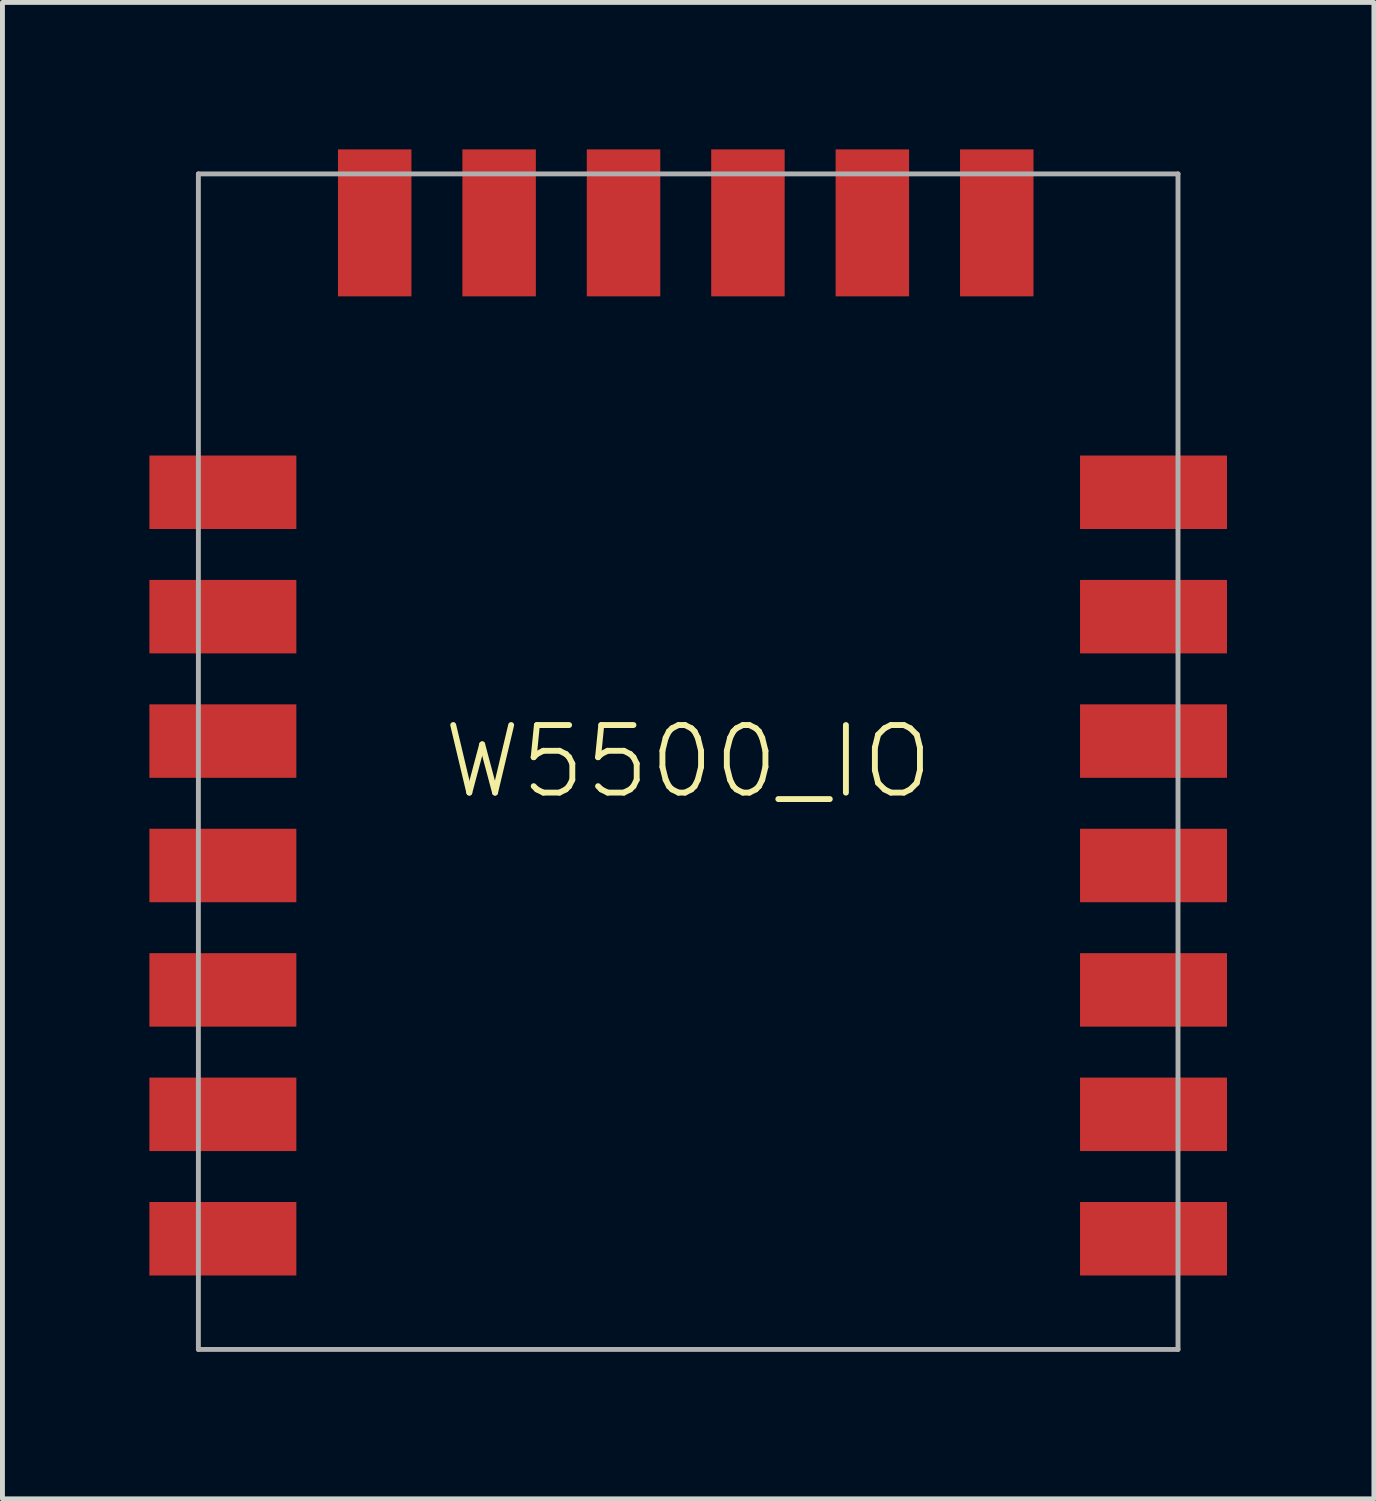
<source format=kicad_pcb>
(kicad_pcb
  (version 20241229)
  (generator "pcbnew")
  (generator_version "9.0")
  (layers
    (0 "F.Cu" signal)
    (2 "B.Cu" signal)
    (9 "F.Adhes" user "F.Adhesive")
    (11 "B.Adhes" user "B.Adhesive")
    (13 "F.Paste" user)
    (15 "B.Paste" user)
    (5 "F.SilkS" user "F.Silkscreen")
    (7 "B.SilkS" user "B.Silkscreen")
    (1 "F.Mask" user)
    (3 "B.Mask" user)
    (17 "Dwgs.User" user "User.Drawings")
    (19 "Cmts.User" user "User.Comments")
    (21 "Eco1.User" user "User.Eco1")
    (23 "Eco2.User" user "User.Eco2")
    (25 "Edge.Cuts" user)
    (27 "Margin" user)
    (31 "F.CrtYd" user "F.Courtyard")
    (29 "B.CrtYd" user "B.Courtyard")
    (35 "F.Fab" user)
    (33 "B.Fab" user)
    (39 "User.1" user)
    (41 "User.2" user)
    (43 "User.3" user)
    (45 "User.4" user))
  (footprint "W5500_IO"
    (layer "F.Cu")
    (at 11 12.5)
    (property "Reference" "W5500_IO" (at 0 0 0) (unlocked yes) (layer "F.SilkS") (effects (font (size 1.38 1.38) (thickness 0.12))))
    (fp_poly (pts (xy -8 -4.75) (xy -11 -4.75) (xy -11 -6.25) (xy -8 -6.25)) (stroke (width 0) (type default)) (fill yes) (layer "F.Paste"))
    (fp_poly (pts (xy -8 -2.21) (xy -11 -2.21) (xy -11 -3.71) (xy -8 -3.71)) (stroke (width 0) (type default)) (fill yes) (layer "F.Paste"))
    (fp_poly (pts (xy -8 0.33) (xy -11 0.33) (xy -11 -1.17) (xy -8 -1.17)) (stroke (width 0) (type default)) (fill yes) (layer "F.Paste"))
    (fp_poly (pts (xy -8 2.87) (xy -11 2.87) (xy -11 1.37) (xy -8 1.37)) (stroke (width 0) (type default)) (fill yes) (layer "F.Paste"))
    (fp_poly (pts (xy -8 5.41) (xy -11 5.41) (xy -11 3.91) (xy -8 3.91)) (stroke (width 0) (type default)) (fill yes) (layer "F.Paste"))
    (fp_poly (pts (xy -8 7.95) (xy -11 7.95) (xy -11 6.45) (xy -8 6.45)) (stroke (width 0) (type default)) (fill yes) (layer "F.Paste"))
    (fp_poly (pts (xy -8 10.49) (xy -11 10.49) (xy -11 8.99) (xy -8 8.99)) (stroke (width 0) (type default)) (fill yes) (layer "F.Paste"))
    (fp_poly (pts (xy -5.65 -9.5) (xy -7.15 -9.5) (xy -7.15 -12.5) (xy -5.65 -12.5)) (stroke (width 0) (type default)) (fill yes) (layer "F.Paste"))
    (fp_poly (pts (xy -3.11 -9.5) (xy -4.61 -9.5) (xy -4.61 -12.5) (xy -3.11 -12.5)) (stroke (width 0) (type default)) (fill yes) (layer "F.Paste"))
    (fp_poly (pts (xy -0.57 -9.5) (xy -2.07 -9.5) (xy -2.07 -12.5) (xy -0.57 -12.5)) (stroke (width 0) (type default)) (fill yes) (layer "F.Paste"))
    (fp_poly (pts (xy 1.97 -9.5) (xy 0.47 -9.5) (xy 0.47 -12.5) (xy 1.97 -12.5)) (stroke (width 0) (type default)) (fill yes) (layer "F.Paste"))
    (fp_poly (pts (xy 4.51 -9.5) (xy 3.01 -9.5) (xy 3.01 -12.5) (xy 4.51 -12.5)) (stroke (width 0) (type default)) (fill yes) (layer "F.Paste"))
    (fp_poly (pts (xy 7.05 -9.5) (xy 5.55 -9.5) (xy 5.55 -12.5) (xy 7.05 -12.5)) (stroke (width 0) (type default)) (fill yes) (layer "F.Paste"))
    (fp_poly (pts (xy 11 -4.75) (xy 8 -4.75) (xy 8 -6.25) (xy 11 -6.25)) (stroke (width 0) (type default)) (fill yes) (layer "F.Paste"))
    (fp_poly (pts (xy 11 -2.21) (xy 8 -2.21) (xy 8 -3.71) (xy 11 -3.71)) (stroke (width 0) (type default)) (fill yes) (layer "F.Paste"))
    (fp_poly (pts (xy 11 0.33) (xy 8 0.33) (xy 8 -1.17) (xy 11 -1.17)) (stroke (width 0) (type default)) (fill yes) (layer "F.Paste"))
    (fp_poly (pts (xy 11 2.87) (xy 8 2.87) (xy 8 1.37) (xy 11 1.37)) (stroke (width 0) (type default)) (fill yes) (layer "F.Paste"))
    (fp_poly (pts (xy 11 5.41) (xy 8 5.41) (xy 8 3.91) (xy 11 3.91)) (stroke (width 0) (type default)) (fill yes) (layer "F.Paste"))
    (fp_poly (pts (xy 11 7.95) (xy 8 7.95) (xy 8 6.45) (xy 11 6.45)) (stroke (width 0) (type default)) (fill yes) (layer "F.Paste"))
    (fp_poly (pts (xy 11 10.49) (xy 8 10.49) (xy 8 8.99) (xy 11 8.99)) (stroke (width 0) (type default)) (fill yes) (layer "F.Paste"))
    (fp_line (start -10 -12) (end -10 12) (stroke (width 0.1) (type solid)) (layer "F.Fab"))
    (fp_line (start -10 12) (end 10 12) (stroke (width 0.1) (type solid)) (layer "F.Fab"))
    (fp_line (start 10 -12) (end -10 -12) (stroke (width 0.1) (type solid)) (layer "F.Fab"))
    (fp_line (start 10 12) (end 10 -12) (stroke (width 0.1) (type solid)) (layer "F.Fab"))
    (pad "1" smd rect (at 6.3 -11) (size 1.5 3) (layers "F.Cu" "F.Mask"))
    (pad "2" smd rect (at 3.76 -11) (size 1.5 3) (layers "F.Cu" "F.Mask"))
    (pad "3" smd rect (at 1.22 -11) (size 1.5 3) (layers "F.Cu" "F.Mask"))
    (pad "4" smd rect (at -1.32 -11) (size 1.5 3) (layers "F.Cu" "F.Mask"))
    (pad "5" smd rect (at -3.86 -11) (size 1.5 3) (layers "F.Cu" "F.Mask"))
    (pad "6" smd rect (at -6.4 -11) (size 1.5 3) (layers "F.Cu" "F.Mask"))
    (pad "7" smd rect (at -9.5 -5.5) (size 3 1.5) (layers "F.Cu" "F.Mask"))
    (pad "8" smd rect (at -9.5 -2.96) (size 3 1.5) (layers "F.Cu" "F.Mask"))
    (pad "9" smd rect (at -9.5 -0.42) (size 3 1.5) (layers "F.Cu" "F.Mask"))
    (pad "10" smd rect (at -9.5 2.12) (size 3 1.5) (layers "F.Cu" "F.Mask"))
    (pad "11" smd rect (at -9.5 4.66) (size 3 1.5) (layers "F.Cu" "F.Mask"))
    (pad "12" smd rect (at -9.5 7.2) (size 3 1.5) (layers "F.Cu" "F.Mask"))
    (pad "13" smd rect (at -9.5 9.74) (size 3 1.5) (layers "F.Cu" "F.Mask"))
    (pad "14" smd rect (at 9.5 -5.5) (size 3 1.5) (layers "F.Cu" "F.Mask"))
    (pad "15" smd rect (at 9.5 -2.96) (size 3 1.5) (layers "F.Cu" "F.Mask"))
    (pad "16" smd rect (at 9.5 -0.42) (size 3 1.5) (layers "F.Cu" "F.Mask"))
    (pad "17" smd rect (at 9.5 2.12) (size 3 1.5) (layers "F.Cu" "F.Mask"))
    (pad "18" smd rect (at 9.5 4.66) (size 3 1.5) (layers "F.Cu" "F.Mask"))
    (pad "19" smd rect (at 9.5 7.2) (size 3 1.5) (layers "F.Cu" "F.Mask"))
    (pad "20" smd rect (at 9.5 9.74) (size 3 1.5) (layers "F.Cu" "F.Mask")))
  (gr_rect
    (start -3 -3)
    (end 25 27.55)
    (stroke (width 0.1) (type default))
    (fill no)
    (layer "Edge.Cuts")))
</source>
